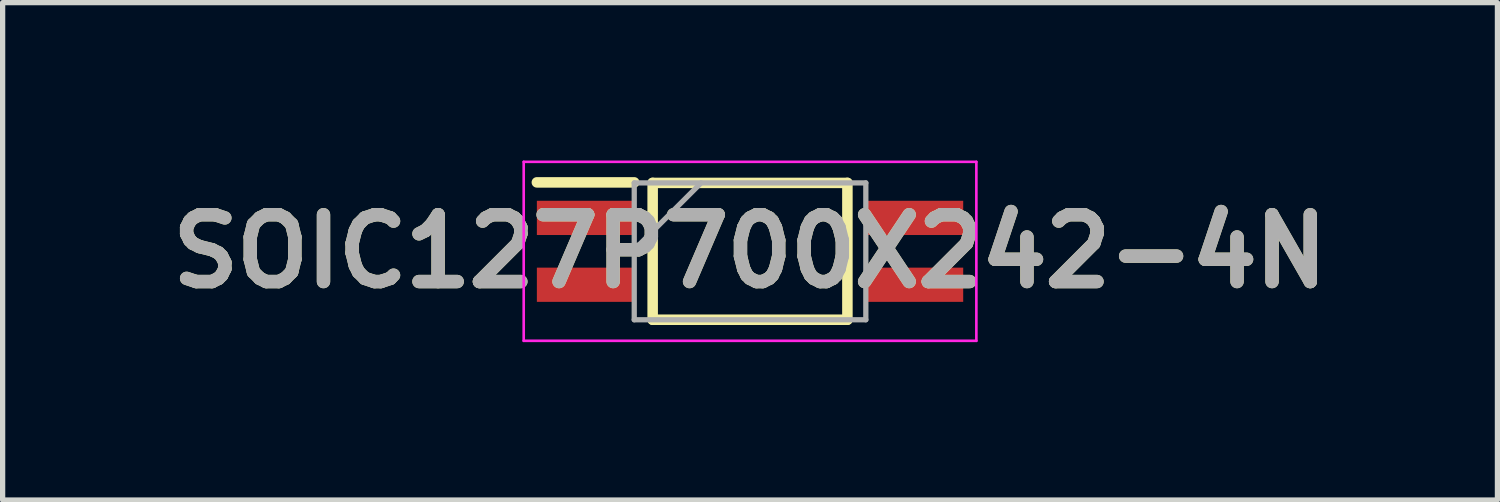
<source format=kicad_pcb>
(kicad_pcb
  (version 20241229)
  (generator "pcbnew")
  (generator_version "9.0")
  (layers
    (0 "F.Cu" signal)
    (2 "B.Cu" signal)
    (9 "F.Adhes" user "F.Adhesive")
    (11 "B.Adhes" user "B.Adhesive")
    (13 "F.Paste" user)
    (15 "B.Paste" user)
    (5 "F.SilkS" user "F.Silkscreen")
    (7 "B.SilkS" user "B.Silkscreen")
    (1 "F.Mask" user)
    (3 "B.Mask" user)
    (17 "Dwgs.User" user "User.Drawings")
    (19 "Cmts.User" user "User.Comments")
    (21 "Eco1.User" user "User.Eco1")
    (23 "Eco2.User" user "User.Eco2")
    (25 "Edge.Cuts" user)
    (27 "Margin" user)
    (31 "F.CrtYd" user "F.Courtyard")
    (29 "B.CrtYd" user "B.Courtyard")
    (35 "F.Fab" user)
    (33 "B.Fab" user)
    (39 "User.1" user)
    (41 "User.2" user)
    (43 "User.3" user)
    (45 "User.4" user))
  (footprint "SOIC127P700X242-4N"
    (layer "F.Cu")
    (at 11.2 1.725)
    (property "Reference" "SOIC127P700X242-4N" (at 0 0 0) (layer "F.SilkS") (effects (font (size 1.27 1.27) (thickness 0.254))))
    (attr smd)
    (fp_line (start -4.05 -1.31) (end -2.2 -1.31) (stroke (width 0.2) (type solid)) (layer "F.SilkS"))
    (fp_line (start -1.85 -1.3) (end 1.85 -1.3) (stroke (width 0.2) (type solid)) (layer "F.SilkS"))
    (fp_line (start -1.85 1.3) (end -1.85 -1.3) (stroke (width 0.2) (type solid)) (layer "F.SilkS"))
    (fp_line (start 1.85 -1.3) (end 1.85 1.3) (stroke (width 0.2) (type solid)) (layer "F.SilkS"))
    (fp_line (start 1.85 1.3) (end -1.85 1.3) (stroke (width 0.2) (type solid)) (layer "F.SilkS"))
    (fp_line (start -4.3 -1.7) (end 4.3 -1.7) (stroke (width 0.05) (type solid)) (layer "F.CrtYd"))
    (fp_line (start -4.3 1.7) (end -4.3 -1.7) (stroke (width 0.05) (type solid)) (layer "F.CrtYd"))
    (fp_line (start 4.3 -1.7) (end 4.3 1.7) (stroke (width 0.05) (type solid)) (layer "F.CrtYd"))
    (fp_line (start 4.3 1.7) (end -4.3 1.7) (stroke (width 0.05) (type solid)) (layer "F.CrtYd"))
    (fp_line (start -2.2 -1.3) (end 2.2 -1.3) (stroke (width 0.1) (type solid)) (layer "F.Fab"))
    (fp_line (start -2.2 -0.03) (end -0.93 -1.3) (stroke (width 0.1) (type solid)) (layer "F.Fab"))
    (fp_line (start -2.2 1.3) (end -2.2 -1.3) (stroke (width 0.1) (type solid)) (layer "F.Fab"))
    (fp_line (start 2.2 -1.3) (end 2.2 1.3) (stroke (width 0.1) (type solid)) (layer "F.Fab"))
    (fp_line (start 2.2 1.3) (end -2.2 1.3) (stroke (width 0.1) (type solid)) (layer "F.Fab"))
    (fp_text user "${REFERENCE}" (at 0 0 0) (layer "F.Fab") (effects (font (size 1.27 1.27) (thickness 0.254))))
    (pad "1" smd rect (at -3.125 -0.635 90) (size 0.65 1.85) (layers "F.Cu" "F.Mask" "F.Paste"))
    (pad "2" smd rect (at -3.125 0.635 90) (size 0.65 1.85) (layers "F.Cu" "F.Mask" "F.Paste"))
    (pad "3" smd rect (at 3.125 0.635 90) (size 0.65 1.85) (layers "F.Cu" "F.Mask" "F.Paste"))
    (pad "4" smd rect (at 3.125 -0.635 90) (size 0.65 1.85) (layers "F.Cu" "F.Mask" "F.Paste")))
  (gr_rect
    (start -3 -3)
    (end 25.4 6.45)
    (stroke (width 0.1) (type default))
    (fill no)
    (layer "Edge.Cuts")))
</source>
